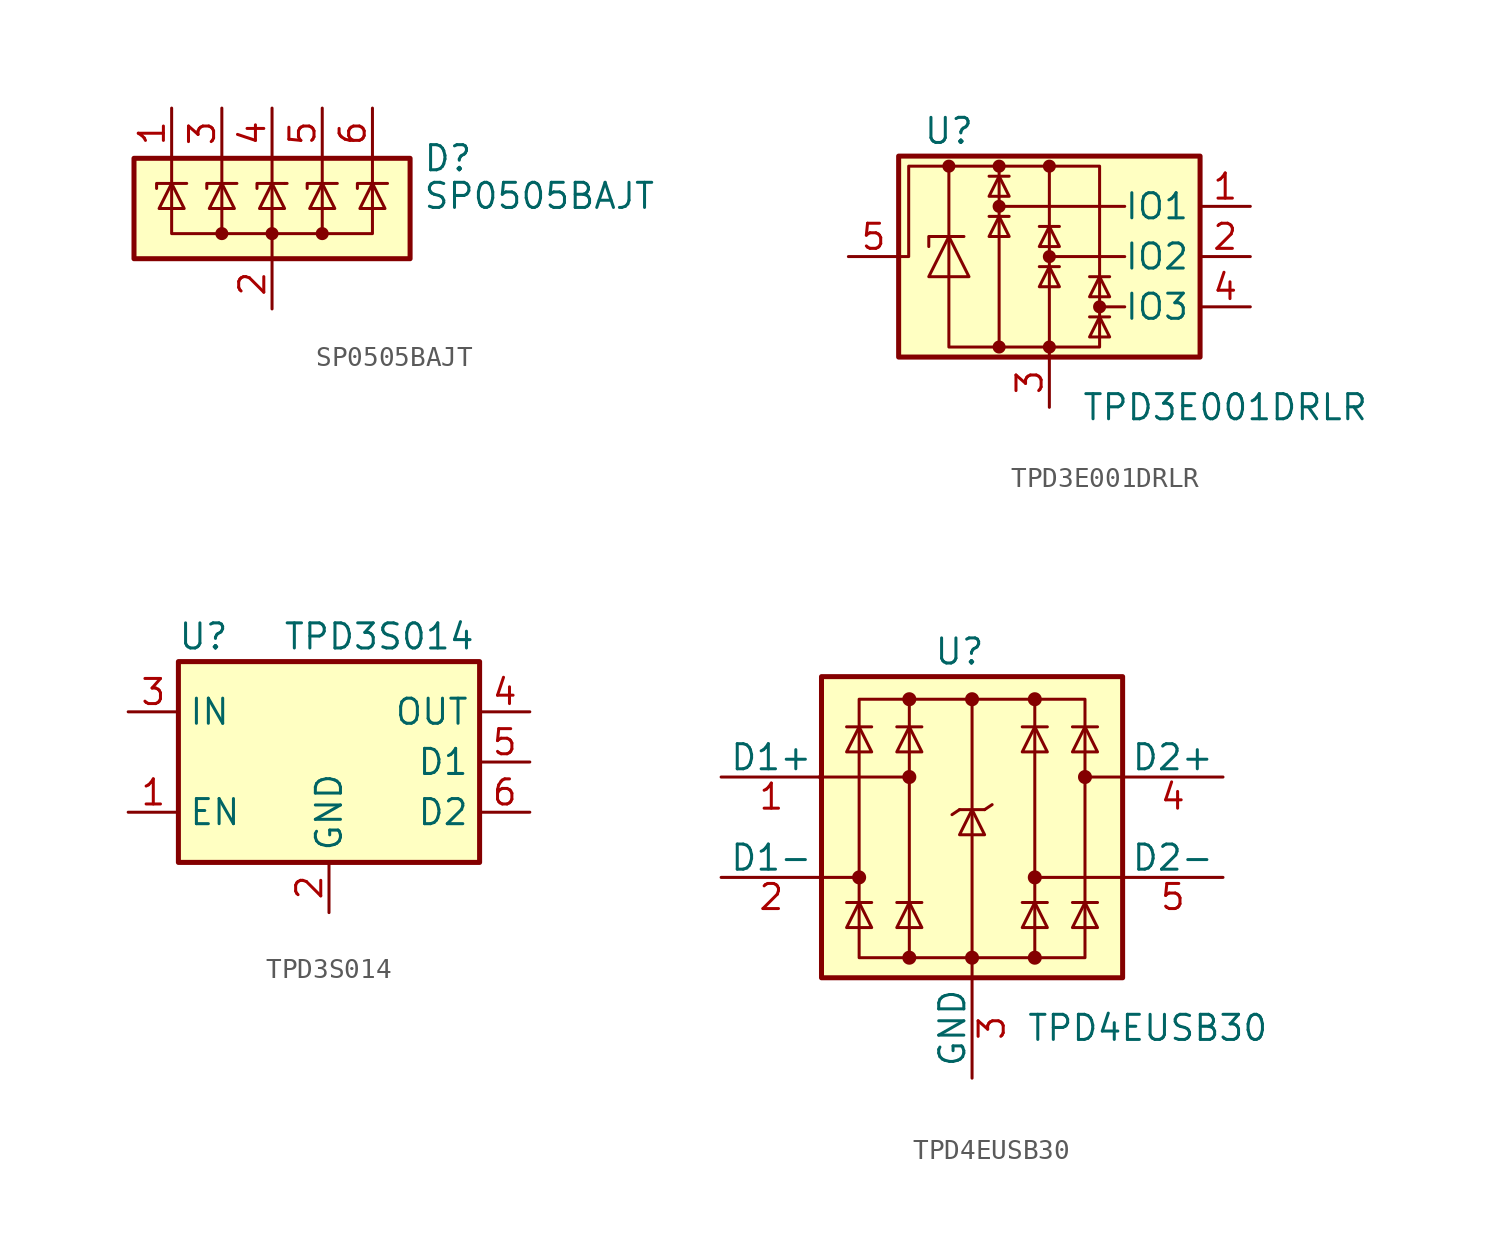
<source format=kicad_sym>
(kicad_symbol_lib
  (version 20201005)
  (generator kicad_symbol_editor)
  (symbol "SP0505BAJT"
    (pin_names hide)
    (property "Reference" "D"
      (at 7.62 2.54 0)
      (effects (font (size 1.27 1.27)) (justify left)))
    (property "Value" "SP0505BAJT"
      (at 7.62 0.635 0)
      (effects (font (size 1.27 1.27)) (justify left)))
    (symbol "SP0505BAJT_0_0"
      (pin passive line (at 0 -5.08 90) (length 2.54) (name "A" (effects (font (size 1.27 1.27)))) (number "2" (effects (font (size 1.27 1.27))))))
    (symbol "SP0505BAJT_0_1"
      (circle (center -2.54 -1.27) (radius 0.254) (stroke (width 0)) (fill (type outline)))
      (circle (center 0 -1.27) (radius 0.254) (stroke (width 0)) (fill (type outline)))
      (circle (center 2.54 -1.27) (radius 0.254) (stroke (width 0)) (fill (type outline)))
      (rectangle (start -6.985 2.54) (end 6.985 -2.54) (stroke (width 0.254)) (fill (type background)))
      (polyline (pts (xy -5.08 2.54) (xy -5.08 1.27)) (stroke (width 0)) (fill (type none)))
      (polyline (pts (xy -2.54 2.54) (xy -2.54 1.27)) (stroke (width 0)) (fill (type none)))
      (polyline (pts (xy 0 -1.27) (xy 0 -2.54)) (stroke (width 0)) (fill (type none)))
      (polyline (pts (xy 0 -1.27) (xy 0 1.27)) (stroke (width 0)) (fill (type none)))
      (polyline (pts (xy 0 2.54) (xy 0 1.27)) (stroke (width 0)) (fill (type none)))
      (polyline (pts (xy 0.635 1.27) (xy 0.762 1.27)) (stroke (width 0)) (fill (type none)))
      (polyline (pts (xy 2.54 2.54) (xy 2.54 1.27)) (stroke (width 0)) (fill (type none)))
      (polyline (pts (xy 5.08 2.54) (xy 5.08 1.27)) (stroke (width 0)) (fill (type none)))
      (polyline (pts (xy -5.08 1.27) (xy -5.08 -1.27) (xy -2.54 -1.27)) (stroke (width 0)) (fill (type none)))
      (polyline (pts (xy 0.635 1.27) (xy -0.762 1.27) (xy -0.762 1.016)) (stroke (width 0)) (fill (type none)))
      (polyline (pts (xy 5.08 1.27) (xy 5.08 -1.27) (xy 2.54 -1.27)) (stroke (width 0)) (fill (type none)))
      (polyline (pts (xy -5.842 1.016) (xy -5.842 1.27) (xy -4.445 1.27) (xy -4.318 1.27)) (stroke (width 0)) (fill (type none)))
      (polyline (pts (xy -5.08 1.27) (xy -4.445 0) (xy -5.715 0) (xy -5.08 1.27)) (stroke (width 0)) (fill (type none)))
      (polyline (pts (xy -3.302 1.016) (xy -3.302 1.27) (xy -1.905 1.27) (xy -1.778 1.27)) (stroke (width 0)) (fill (type none)))
      (polyline (pts (xy -2.54 1.27) (xy -2.54 -1.27) (xy 2.54 -1.27) (xy 2.54 1.27)) (stroke (width 0)) (fill (type none)))
      (polyline (pts (xy -2.54 1.27) (xy -1.905 0) (xy -3.175 0) (xy -2.54 1.27)) (stroke (width 0)) (fill (type none)))
      (polyline (pts (xy 0.635 0) (xy -0.635 0) (xy 0 1.27) (xy 0.635 0)) (stroke (width 0)) (fill (type none)))
      (polyline (pts (xy 1.778 1.016) (xy 1.778 1.27) (xy 3.175 1.27) (xy 3.302 1.27)) (stroke (width 0)) (fill (type none)))
      (polyline (pts (xy 2.54 1.27) (xy 1.905 0) (xy 3.175 0) (xy 2.54 1.27)) (stroke (width 0)) (fill (type none)))
      (polyline (pts (xy 4.318 1.016) (xy 4.318 1.27) (xy 5.715 1.27) (xy 5.842 1.27)) (stroke (width 0)) (fill (type none)))
      (polyline (pts (xy 5.08 1.27) (xy 4.445 0) (xy 5.715 0) (xy 5.08 1.27)) (stroke (width 0)) (fill (type none))))
    (symbol "SP0505BAJT_1_1"
      (pin passive line (at -5.08 5.08 270) (length 2.54) (name "K" (effects (font (size 1.27 1.27)))) (number "1" (effects (font (size 1.27 1.27)))))
      (pin passive line (at -2.54 5.08 270) (length 2.54) (name "K" (effects (font (size 1.27 1.27)))) (number "3" (effects (font (size 1.27 1.27)))))
      (pin passive line (at 0 5.08 270) (length 2.54) (name "K" (effects (font (size 1.27 1.27)))) (number "4" (effects (font (size 1.27 1.27)))))
      (pin passive line (at 2.54 5.08 270) (length 2.54) (name "K" (effects (font (size 1.27 1.27)))) (number "5" (effects (font (size 1.27 1.27)))))
      (pin passive line (at 5.08 5.08 270) (length 2.54) (name "K" (effects (font (size 1.27 1.27)))) (number "6" (effects (font (size 1.27 1.27)))))))
  (symbol "TPD3E001DRLR"
    (property "Reference" "U"
      (at -5.08 6.35 0)
      (effects (font (size 1.27 1.27))))
    (property "Value" "TPD3E001DRLR"
      (at 8.89 -7.62 0)
      (effects (font (size 1.27 1.27))))
    (symbol "TPD3E001DRLR_0_1"
      (circle (center -5.08 4.572) (radius 0.254) (stroke (width 0)) (fill (type outline)))
      (circle (center -2.54 -4.572) (radius 0.254) (stroke (width 0)) (fill (type outline)))
      (circle (center -2.54 2.54) (radius 0.254) (stroke (width 0)) (fill (type outline)))
      (circle (center -2.54 4.572) (radius 0.254) (stroke (width 0)) (fill (type outline)))
      (circle (center 0 -4.572) (radius 0.254) (stroke (width 0)) (fill (type outline)))
      (circle (center 0 0) (radius 0.254) (stroke (width 0)) (fill (type outline)))
      (circle (center 0 4.572) (radius 0.254) (stroke (width 0)) (fill (type outline)))
      (circle (center 2.54 -2.54) (radius 0.254) (stroke (width 0)) (fill (type outline)))
      (rectangle (start -7.62 5.08) (end 7.62 -5.08) (stroke (width 0.254)) (fill (type background)))
      (rectangle (start 2.54 -4.572) (end -5.08 4.572) (stroke (width 0)) (fill (type none)))
      (polyline (pts (xy -2.54 2.54) (xy 3.81 2.54)) (stroke (width 0)) (fill (type none)))
      (polyline (pts (xy -2.54 4.572) (xy -2.54 -4.572)) (stroke (width 0)) (fill (type none)))
      (polyline (pts (xy -2.032 2.032) (xy -3.048 2.032)) (stroke (width 0)) (fill (type none)))
      (polyline (pts (xy -2.032 4.064) (xy -3.048 4.064)) (stroke (width 0)) (fill (type none)))
      (polyline (pts (xy 0 -5.08) (xy 0 4.572)) (stroke (width 0)) (fill (type none)))
      (polyline (pts (xy 0 0) (xy 3.81 0)) (stroke (width 0)) (fill (type none)))
      (polyline (pts (xy 0.508 -0.508) (xy -0.508 -0.508)) (stroke (width 0)) (fill (type none)))
      (polyline (pts (xy 0.508 1.524) (xy -0.508 1.524)) (stroke (width 0)) (fill (type none)))
      (polyline (pts (xy 2.54 -2.54) (xy 3.81 -2.54)) (stroke (width 0)) (fill (type none)))
      (polyline (pts (xy 3.048 -3.048) (xy 2.032 -3.048)) (stroke (width 0)) (fill (type none)))
      (polyline (pts (xy 3.048 -1.016) (xy 2.032 -1.016)) (stroke (width 0)) (fill (type none)))
      (polyline (pts (xy -4.318 1.016) (xy -6.096 1.016) (xy -6.096 0.508)) (stroke (width 0)) (fill (type none)))
      (polyline (pts (xy -7.62 0) (xy -7.112 0) (xy -7.112 4.572) (xy -5.08 4.572)) (stroke (width 0)) (fill (type none)))
      (polyline (pts (xy -5.08 1.016) (xy -6.096 -1.016) (xy -4.064 -1.016) (xy -5.08 1.016)) (stroke (width 0)) (fill (type none)))
      (polyline (pts (xy -2.54 2.032) (xy -3.048 1.016) (xy -2.032 1.016) (xy -2.54 2.032)) (stroke (width 0)) (fill (type none)))
      (polyline (pts (xy -2.54 4.064) (xy -3.048 3.048) (xy -2.032 3.048) (xy -2.54 4.064)) (stroke (width 0)) (fill (type none)))
      (polyline (pts (xy 0 -0.508) (xy -0.508 -1.524) (xy 0.508 -1.524) (xy 0 -0.508)) (stroke (width 0)) (fill (type none)))
      (polyline (pts (xy 0 1.524) (xy -0.508 0.508) (xy 0.508 0.508) (xy 0 1.524)) (stroke (width 0)) (fill (type none)))
      (polyline (pts (xy 2.54 -3.048) (xy 2.032 -4.064) (xy 3.048 -4.064) (xy 2.54 -3.048)) (stroke (width 0)) (fill (type none)))
      (polyline (pts (xy 2.54 -1.016) (xy 2.032 -2.032) (xy 3.048 -2.032) (xy 2.54 -1.016)) (stroke (width 0)) (fill (type none))))
    (symbol "TPD3E001DRLR_1_1"
      (pin passive line (at 10.16 2.54 180) (length 2.54) (name "IO1" (effects (font (size 1.27 1.27)))) (number "1" (effects (font (size 1.27 1.27)))))
      (pin passive line (at 10.16 0 180) (length 2.54) (name "IO2" (effects (font (size 1.27 1.27)))) (number "2" (effects (font (size 1.27 1.27)))))
      (pin passive line (at 0 -7.62 90) (length 2.54) (name "~" (effects (font (size 1.27 1.27)))) (number "3" (effects (font (size 1.27 1.27)))))
      (pin passive line (at 10.16 -2.54 180) (length 2.54) (name "IO3" (effects (font (size 1.27 1.27)))) (number "4" (effects (font (size 1.27 1.27)))))
      (pin passive line (at -10.16 0 0) (length 2.54) (name "~" (effects (font (size 1.27 1.27)))) (number "5" (effects (font (size 1.27 1.27)))))))
  (symbol "TPD3S014"
    (property "Reference" "U"
      (at -6.35 6.35 0)
      (effects (font (size 1.27 1.27))))
    (property "Value" "TPD3S014"
      (at 2.54 6.35 0)
      (effects (font (size 1.27 1.27))))
    (symbol "TPD3S014_0_1"
      (rectangle (start -7.62 5.08) (end 7.62 -5.08) (stroke (width 0.254)) (fill (type background))))
    (symbol "TPD3S014_1_1"
      (pin input line (at -10.16 -2.54 0) (length 2.54) (name "EN" (effects (font (size 1.27 1.27)))) (number "1" (effects (font (size 1.27 1.27)))))
      (pin power_in line (at 0 -7.62 90) (length 2.54) (name "GND" (effects (font (size 1.27 1.27)))) (number "2" (effects (font (size 1.27 1.27)))))
      (pin power_in line (at -10.16 2.54 0) (length 2.54) (name "IN" (effects (font (size 1.27 1.27)))) (number "3" (effects (font (size 1.27 1.27)))))
      (pin passive line (at 10.16 2.54 180) (length 2.54) (name "OUT" (effects (font (size 1.27 1.27)))) (number "4" (effects (font (size 1.27 1.27)))))
      (pin passive line (at 10.16 0 180) (length 2.54) (name "D1" (effects (font (size 1.27 1.27)))) (number "5" (effects (font (size 1.27 1.27)))))
      (pin passive line (at 10.16 -2.54 180) (length 2.54) (name "D2" (effects (font (size 1.27 1.27)))) (number "6" (effects (font (size 1.27 1.27)))))))
  (symbol "TPD4EUSB30"
    (pin_names
      (offset 0))
    (property "Reference" "U"
      (at -0.635 8.89 0)
      (effects (font (size 1.27 1.27))))
    (property "Value" "TPD4EUSB30"
      (at 8.89 -10.16 0)
      (effects (font (size 1.27 1.27))))
    (symbol "TPD4EUSB30_0_0"
      (rectangle (start -5.715 6.477) (end 5.715 -6.604) (stroke (width 0)) (fill (type none)))
      (polyline (pts (xy -3.175 -6.604) (xy -3.175 6.477)) (stroke (width 0)) (fill (type none)))
      (polyline (pts (xy 0 6.477) (xy 0 -6.604)) (stroke (width 0)) (fill (type none)))
      (polyline (pts (xy 3.175 6.477) (xy 3.175 -6.604)) (stroke (width 0)) (fill (type none))))
    (symbol "TPD4EUSB30_0_1"
      (circle (center -5.715 -2.54) (radius 0.279) (stroke (width 0)) (fill (type outline)))
      (circle (center -3.175 -6.604) (radius 0.279) (stroke (width 0)) (fill (type outline)))
      (circle (center -3.175 2.54) (radius 0.279) (stroke (width 0)) (fill (type outline)))
      (circle (center -3.175 6.477) (radius 0.279) (stroke (width 0)) (fill (type outline)))
      (circle (center 0 -6.604) (radius 0.279) (stroke (width 0)) (fill (type outline)))
      (circle (center 0 6.477) (radius 0.279) (stroke (width 0)) (fill (type outline)))
      (circle (center 3.175 -6.604) (radius 0.279) (stroke (width 0)) (fill (type outline)))
      (circle (center 3.175 -2.54) (radius 0.279) (stroke (width 0)) (fill (type outline)))
      (circle (center 3.175 6.477) (radius 0.279) (stroke (width 0)) (fill (type outline)))
      (circle (center 5.715 2.54) (radius 0.279) (stroke (width 0)) (fill (type outline)))
      (rectangle (start -7.62 7.62) (end 7.62 -7.62) (stroke (width 0.254)) (fill (type background)))
      (polyline (pts (xy -7.747 2.54) (xy -3.175 2.54)) (stroke (width 0)) (fill (type none)))
      (polyline (pts (xy -7.62 -2.54) (xy -5.715 -2.54)) (stroke (width 0)) (fill (type none)))
      (polyline (pts (xy -5.08 -3.81) (xy -6.35 -3.81)) (stroke (width 0)) (fill (type none)))
      (polyline (pts (xy -5.08 5.08) (xy -6.35 5.08)) (stroke (width 0)) (fill (type none)))
      (polyline (pts (xy -2.54 -3.81) (xy -3.81 -3.81)) (stroke (width 0)) (fill (type none)))
      (polyline (pts (xy -2.54 5.08) (xy -3.81 5.08)) (stroke (width 0)) (fill (type none)))
      (polyline (pts (xy -0.635 0.889) (xy -1.016 0.635)) (stroke (width 0)) (fill (type none)))
      (polyline (pts (xy 0 -6.604) (xy 0 -7.62)) (stroke (width 0)) (fill (type none)))
      (polyline (pts (xy 0.635 0.889) (xy -0.635 0.889)) (stroke (width 0)) (fill (type none)))
      (polyline (pts (xy 0.635 0.889) (xy 1.016 1.143)) (stroke (width 0)) (fill (type none)))
      (polyline (pts (xy 3.81 -3.81) (xy 2.54 -3.81)) (stroke (width 0)) (fill (type none)))
      (polyline (pts (xy 3.81 5.08) (xy 2.54 5.08)) (stroke (width 0)) (fill (type none)))
      (polyline (pts (xy 6.35 -3.81) (xy 5.08 -3.81)) (stroke (width 0)) (fill (type none)))
      (polyline (pts (xy 6.35 5.08) (xy 5.08 5.08)) (stroke (width 0)) (fill (type none)))
      (polyline (pts (xy 7.62 -2.54) (xy 3.175 -2.54)) (stroke (width 0)) (fill (type none)))
      (polyline (pts (xy 7.62 2.54) (xy 5.715 2.54)) (stroke (width 0)) (fill (type none)))
      (polyline (pts (xy -5.08 -5.08) (xy -6.35 -5.08) (xy -5.715 -3.81) (xy -5.08 -5.08)) (stroke (width 0)) (fill (type none)))
      (polyline (pts (xy -5.08 3.81) (xy -6.35 3.81) (xy -5.715 5.08) (xy -5.08 3.81)) (stroke (width 0)) (fill (type none)))
      (polyline (pts (xy -2.54 -5.08) (xy -3.81 -5.08) (xy -3.175 -3.81) (xy -2.54 -5.08)) (stroke (width 0)) (fill (type none)))
      (polyline (pts (xy -2.54 3.81) (xy -3.81 3.81) (xy -3.175 5.08) (xy -2.54 3.81)) (stroke (width 0)) (fill (type none)))
      (polyline (pts (xy 0.635 -0.381) (xy -0.635 -0.381) (xy 0 0.889) (xy 0.635 -0.381)) (stroke (width 0)) (fill (type none)))
      (polyline (pts (xy 3.81 -5.08) (xy 2.54 -5.08) (xy 3.175 -3.81) (xy 3.81 -5.08)) (stroke (width 0)) (fill (type none)))
      (polyline (pts (xy 3.81 3.81) (xy 2.54 3.81) (xy 3.175 5.08) (xy 3.81 3.81)) (stroke (width 0)) (fill (type none)))
      (polyline (pts (xy 6.35 -5.08) (xy 5.08 -5.08) (xy 5.715 -3.81) (xy 6.35 -5.08)) (stroke (width 0)) (fill (type none)))
      (polyline (pts (xy 6.35 3.81) (xy 5.08 3.81) (xy 5.715 5.08) (xy 6.35 3.81)) (stroke (width 0)) (fill (type none))))
    (symbol "TPD4EUSB30_1_1"
      (pin passive line (at -12.7 2.54 0) (length 5.08) (name "D1+" (effects (font (size 1.27 1.27)))) (number "1" (effects (font (size 1.27 1.27)))))
      (pin no_connect line (at -5.08 7.62 0) (length 5.08) hide (name "NC" (effects (font (size 1.27 1.27)))) (number "10" (effects (font (size 1.27 1.27)))))
      (pin passive line (at -12.7 -2.54 0) (length 5.08) (name "D1-" (effects (font (size 1.27 1.27)))) (number "2" (effects (font (size 1.27 1.27)))))
      (pin power_in line (at 0 -12.7 90) (length 5.08) (name "GND" (effects (font (size 1.27 1.27)))) (number "3" (effects (font (size 1.27 1.27)))))
      (pin passive line (at 12.7 2.54 180) (length 5.08) (name "D2+" (effects (font (size 1.27 1.27)))) (number "4" (effects (font (size 1.27 1.27)))))
      (pin passive line (at 12.7 -2.54 180) (length 5.08) (name "D2-" (effects (font (size 1.27 1.27)))) (number "5" (effects (font (size 1.27 1.27)))))
      (pin no_connect line (at 5.08 -7.62 180) (length 5.08) hide (name "NC" (effects (font (size 1.27 1.27)))) (number "6" (effects (font (size 1.27 1.27)))))
      (pin no_connect line (at 5.08 7.62 180) (length 5.08) hide (name "NC" (effects (font (size 1.27 1.27)))) (number "7" (effects (font (size 1.27 1.27)))))
      (pin passive line (at 0 -12.7 90) (length 5.08) hide (name "GND" (effects (font (size 1.27 1.27)))) (number "8" (effects (font (size 1.27 1.27)))))
      (pin no_connect line (at -5.08 -7.62 0) (length 5.08) hide (name "NC" (effects (font (size 1.27 1.27)))) (number "9" (effects (font (size 1.27 1.27))))))))
</source>
